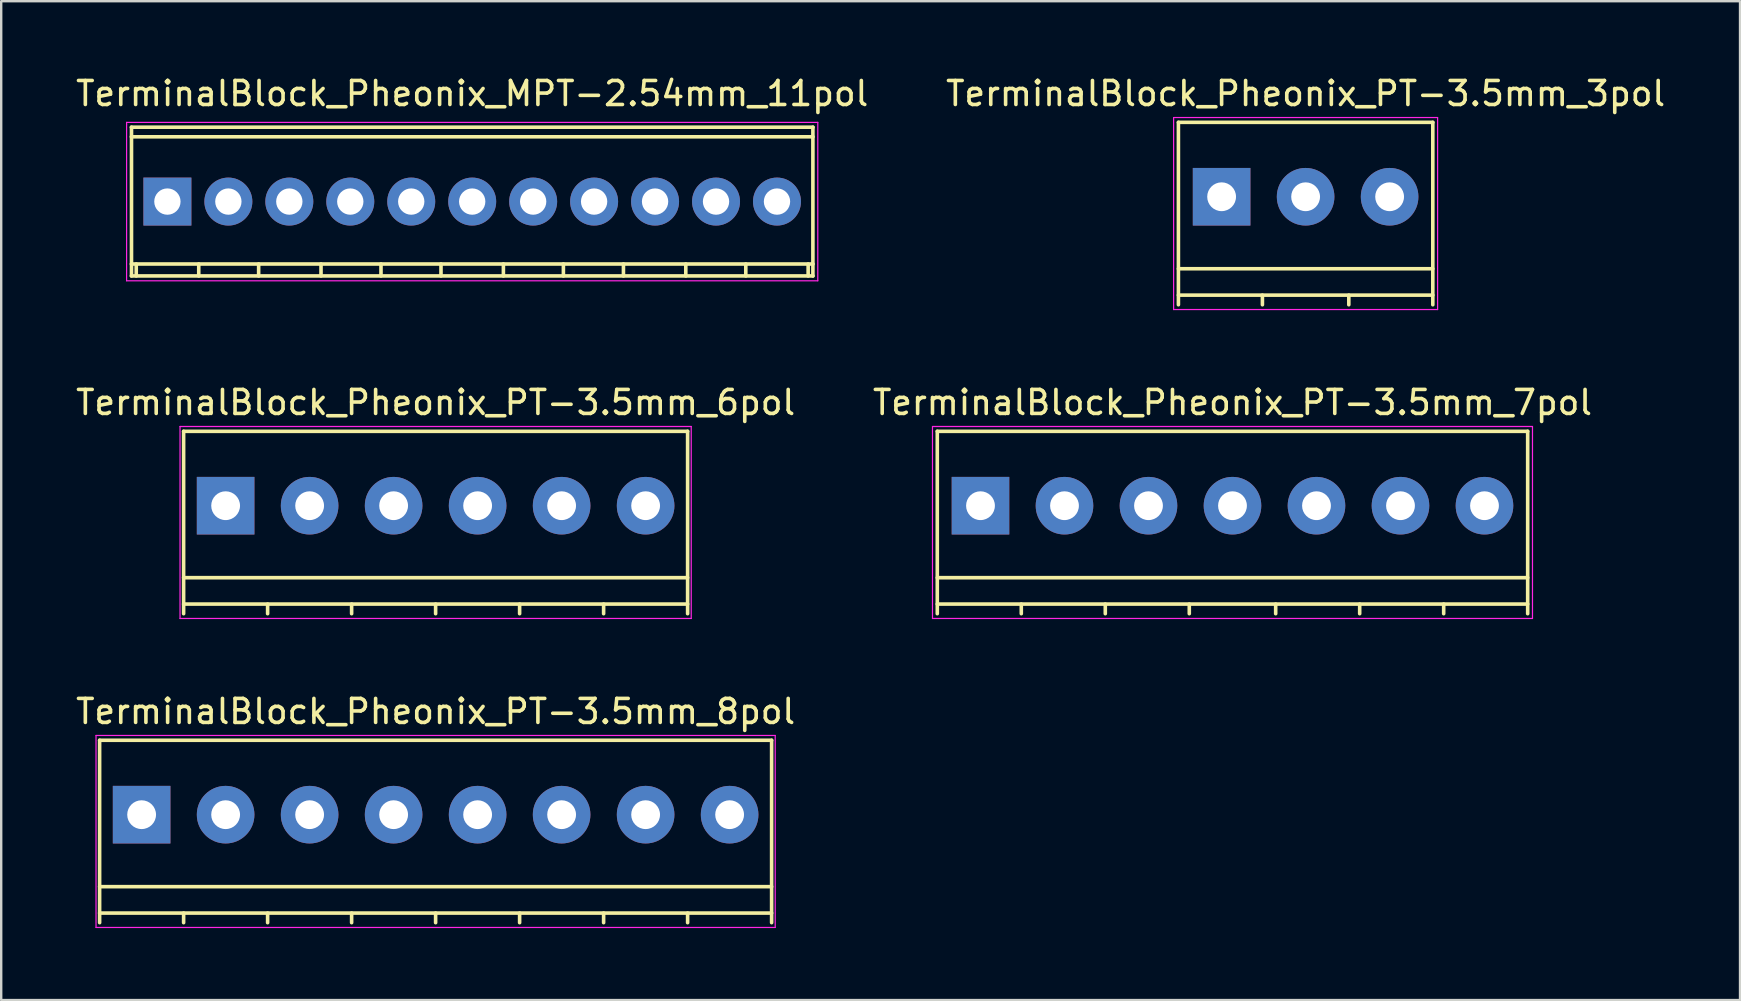
<source format=kicad_pcb>
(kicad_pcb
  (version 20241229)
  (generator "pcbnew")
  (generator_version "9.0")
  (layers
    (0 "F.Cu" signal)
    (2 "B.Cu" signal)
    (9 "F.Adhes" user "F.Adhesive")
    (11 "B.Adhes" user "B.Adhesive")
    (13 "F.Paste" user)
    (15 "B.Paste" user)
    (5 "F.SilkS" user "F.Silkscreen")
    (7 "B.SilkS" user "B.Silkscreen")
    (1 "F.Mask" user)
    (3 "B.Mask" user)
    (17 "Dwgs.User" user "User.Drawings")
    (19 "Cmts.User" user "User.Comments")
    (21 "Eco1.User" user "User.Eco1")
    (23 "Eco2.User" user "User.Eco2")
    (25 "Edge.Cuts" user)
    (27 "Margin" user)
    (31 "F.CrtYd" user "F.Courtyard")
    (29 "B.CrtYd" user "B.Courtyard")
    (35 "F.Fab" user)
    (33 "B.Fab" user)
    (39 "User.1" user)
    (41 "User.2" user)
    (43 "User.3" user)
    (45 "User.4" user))
  (footprint "TerminalBlock_Pheonix_MPT-2.54mm_11pol"
    (layer "F.Cu")
    (at 3.925 5.349)
    (property "Reference" "TerminalBlock_Pheonix_MPT-2.54mm_11pol" (at 12.7 -4.501 0) (layer "F.SilkS") (effects (font (size 1 1) (thickness 0.15))))
    (attr through_hole)
    (fp_line (start -1.501 -3.099) (end 26.901 -3.099) (stroke (width 0.15) (type solid)) (layer "F.SilkS"))
    (fp_line (start -1.501 3.099) (end 26.901 3.099) (stroke (width 0.15) (type solid)) (layer "F.SilkS"))
    (fp_line (start -1.496 -3.099) (end -1.496 3.099) (stroke (width 0.15) (type solid)) (layer "F.SilkS"))
    (fp_line (start -1.298 3.099) (end -1.298 2.601) (stroke (width 0.15) (type solid)) (layer "F.SilkS"))
    (fp_line (start 1.306 3.099) (end 1.306 2.601) (stroke (width 0.15) (type solid)) (layer "F.SilkS"))
    (fp_line (start 3.802 2.601) (end 3.802 3.099) (stroke (width 0.15) (type solid)) (layer "F.SilkS"))
    (fp_line (start 6.401 2.601) (end 6.401 3.099) (stroke (width 0.15) (type solid)) (layer "F.SilkS"))
    (fp_line (start 8.9 2.601) (end 8.9 3.099) (stroke (width 0.15) (type solid)) (layer "F.SilkS"))
    (fp_line (start 11.4 2.601) (end 11.4 3.099) (stroke (width 0.15) (type solid)) (layer "F.SilkS"))
    (fp_line (start 14 2.601) (end 14 3.099) (stroke (width 0.15) (type solid)) (layer "F.SilkS"))
    (fp_line (start 16.5 2.601) (end 16.5 3.099) (stroke (width 0.15) (type solid)) (layer "F.SilkS"))
    (fp_line (start 19.002 2.601) (end 19.002 3.099) (stroke (width 0.15) (type solid)) (layer "F.SilkS"))
    (fp_line (start 21.6 2.601) (end 21.6 3.099) (stroke (width 0.15) (type solid)) (layer "F.SilkS"))
    (fp_line (start 24.1 2.601) (end 24.1 3.099) (stroke (width 0.15) (type solid)) (layer "F.SilkS"))
    (fp_line (start 26.698 2.601) (end 26.698 3.099) (stroke (width 0.15) (type solid)) (layer "F.SilkS"))
    (fp_line (start 26.896 3.099) (end 26.896 -3.099) (stroke (width 0.15) (type solid)) (layer "F.SilkS"))
    (fp_line (start 26.901 -2.7) (end -1.501 -2.7) (stroke (width 0.15) (type solid)) (layer "F.SilkS"))
    (fp_line (start 26.901 2.601) (end -1.501 2.601) (stroke (width 0.15) (type solid)) (layer "F.SilkS"))
    (fp_line (start -1.7 -3.3) (end 27.1 -3.3) (stroke (width 0.05) (type solid)) (layer "F.CrtYd"))
    (fp_line (start -1.7 -3.2) (end -1.7 -3.3) (stroke (width 0.05) (type solid)) (layer "F.CrtYd"))
    (fp_line (start -1.7 3.3) (end -1.7 -3.2) (stroke (width 0.05) (type solid)) (layer "F.CrtYd"))
    (fp_line (start 27.1 -3.3) (end 27.1 3.3) (stroke (width 0.05) (type solid)) (layer "F.CrtYd"))
    (fp_line (start 27.1 3.3) (end -1.7 3.3) (stroke (width 0.05) (type solid)) (layer "F.CrtYd"))
    (pad "1" thru_hole rect (at 0 0 180) (size 1.999 1.999) (drill 1.097) (layers "*.Cu" "*.Mask"))
    (pad "2" thru_hole oval (at 2.54 0 180) (size 1.999 1.999) (drill 1.097) (layers "*.Cu" "*.Mask"))
    (pad "3" thru_hole oval (at 5.08 0 180) (size 1.999 1.999) (drill 1.097) (layers "*.Cu" "*.Mask"))
    (pad "4" thru_hole oval (at 7.62 0 180) (size 1.999 1.999) (drill 1.097) (layers "*.Cu" "*.Mask"))
    (pad "5" thru_hole oval (at 10.16 0 180) (size 1.999 1.999) (drill 1.097) (layers "*.Cu" "*.Mask"))
    (pad "6" thru_hole oval (at 12.7 0 180) (size 1.999 1.999) (drill 1.097) (layers "*.Cu" "*.Mask"))
    (pad "7" thru_hole oval (at 15.24 0 180) (size 1.999 1.999) (drill 1.097) (layers "*.Cu" "*.Mask"))
    (pad "8" thru_hole oval (at 17.78 0 180) (size 1.999 1.999) (drill 1.097) (layers "*.Cu" "*.Mask"))
    (pad "9" thru_hole oval (at 20.32 0 180) (size 1.999 1.999) (drill 1.097) (layers "*.Cu" "*.Mask"))
    (pad "10" thru_hole oval (at 22.86 0 180) (size 1.999 1.999) (drill 1.097) (layers "*.Cu" "*.Mask"))
    (pad "11" thru_hole oval (at 25.4 0 180) (size 1.999 1.999) (drill 1.097) (layers "*.Cu" "*.Mask")))
  (footprint "TerminalBlock_Pheonix_PT-3.5mm_7pol"
    (layer "F.Cu")
    (at 37.804 18.021)
    (property "Reference" "TerminalBlock_Pheonix_PT-3.5mm_7pol" (at 10.5 -4.3 0) (layer "F.SilkS") (effects (font (size 1 1) (thickness 0.15))))
    (attr through_hole)
    (fp_line (start -1.8 -3.1) (end -1.8 4.5) (stroke (width 0.15) (type solid)) (layer "F.SilkS"))
    (fp_line (start -1.8 3) (end 22.8 3) (stroke (width 0.15) (type solid)) (layer "F.SilkS"))
    (fp_line (start -1.8 4.1) (end 22.8 4.1) (stroke (width 0.15) (type solid)) (layer "F.SilkS"))
    (fp_line (start 1.7 4.1) (end 1.7 4.5) (stroke (width 0.15) (type solid)) (layer "F.SilkS"))
    (fp_line (start 5.2 4.1) (end 5.2 4.5) (stroke (width 0.15) (type solid)) (layer "F.SilkS"))
    (fp_line (start 8.7 4.1) (end 8.7 4.5) (stroke (width 0.15) (type solid)) (layer "F.SilkS"))
    (fp_line (start 12.3 4.1) (end 12.3 4.5) (stroke (width 0.15) (type solid)) (layer "F.SilkS"))
    (fp_line (start 15.8 4.1) (end 15.8 4.5) (stroke (width 0.15) (type solid)) (layer "F.SilkS"))
    (fp_line (start 19.3 4.1) (end 19.3 4.5) (stroke (width 0.15) (type solid)) (layer "F.SilkS"))
    (fp_line (start 22.8 -3.1) (end -1.8 -3.1) (stroke (width 0.15) (type solid)) (layer "F.SilkS"))
    (fp_line (start 22.8 4.5) (end 22.8 -3.1) (stroke (width 0.15) (type solid)) (layer "F.SilkS"))
    (fp_line (start -2 -3.3) (end 23 -3.3) (stroke (width 0.05) (type solid)) (layer "F.CrtYd"))
    (fp_line (start -2 4.7) (end -2 -3.3) (stroke (width 0.05) (type solid)) (layer "F.CrtYd"))
    (fp_line (start 23 -3.3) (end 23 4.7) (stroke (width 0.05) (type solid)) (layer "F.CrtYd"))
    (fp_line (start 23 4.7) (end -2 4.7) (stroke (width 0.05) (type solid)) (layer "F.CrtYd"))
    (pad "1" thru_hole rect (at 0 0) (size 2.4 2.4) (drill 1.2) (layers "*.Cu" "*.Mask"))
    (pad "2" thru_hole circle (at 3.5 0) (size 2.4 2.4) (drill 1.2) (layers "*.Cu" "*.Mask"))
    (pad "3" thru_hole circle (at 7 0) (size 2.4 2.4) (drill 1.2) (layers "*.Cu" "*.Mask"))
    (pad "4" thru_hole circle (at 10.5 0) (size 2.4 2.4) (drill 1.2) (layers "*.Cu" "*.Mask"))
    (pad "5" thru_hole circle (at 14 0) (size 2.4 2.4) (drill 1.2) (layers "*.Cu" "*.Mask"))
    (pad "6" thru_hole circle (at 17.5 0) (size 2.4 2.4) (drill 1.2) (layers "*.Cu" "*.Mask"))
    (pad "7" thru_hole circle (at 21 0) (size 2.4 2.4) (drill 1.2) (layers "*.Cu" "*.Mask")))
  (footprint "TerminalBlock_Pheonix_PT-3.5mm_8pol"
    (layer "F.Cu")
    (at 2.851 30.895)
    (property "Reference" "TerminalBlock_Pheonix_PT-3.5mm_8pol" (at 12.25 -4.3 0) (layer "F.SilkS") (effects (font (size 1 1) (thickness 0.15))))
    (attr through_hole)
    (fp_line (start -1.75 -3.1) (end -1.75 4.5) (stroke (width 0.15) (type solid)) (layer "F.SilkS"))
    (fp_line (start -1.75 3) (end 26.25 3) (stroke (width 0.15) (type solid)) (layer "F.SilkS"))
    (fp_line (start -1.75 4.1) (end 26.25 4.1) (stroke (width 0.15) (type solid)) (layer "F.SilkS"))
    (fp_line (start 1.75 4.1) (end 1.75 4.5) (stroke (width 0.15) (type solid)) (layer "F.SilkS"))
    (fp_line (start 5.25 4.1) (end 5.25 4.5) (stroke (width 0.15) (type solid)) (layer "F.SilkS"))
    (fp_line (start 8.75 4.1) (end 8.75 4.5) (stroke (width 0.15) (type solid)) (layer "F.SilkS"))
    (fp_line (start 12.25 4.1) (end 12.25 4.5) (stroke (width 0.15) (type solid)) (layer "F.SilkS"))
    (fp_line (start 15.75 4.1) (end 15.75 4.5) (stroke (width 0.15) (type solid)) (layer "F.SilkS"))
    (fp_line (start 19.25 4.1) (end 19.25 4.5) (stroke (width 0.15) (type solid)) (layer "F.SilkS"))
    (fp_line (start 22.75 4.1) (end 22.75 4.5) (stroke (width 0.15) (type solid)) (layer "F.SilkS"))
    (fp_line (start 26.25 -3.1) (end -1.75 -3.1) (stroke (width 0.15) (type solid)) (layer "F.SilkS"))
    (fp_line (start 26.25 4.5) (end 26.25 -3.1) (stroke (width 0.15) (type solid)) (layer "F.SilkS"))
    (fp_line (start -1.9 -3.3) (end 26.4 -3.3) (stroke (width 0.05) (type solid)) (layer "F.CrtYd"))
    (fp_line (start -1.9 4.7) (end -1.9 -3.3) (stroke (width 0.05) (type solid)) (layer "F.CrtYd"))
    (fp_line (start 26.4 -3.3) (end 26.4 4.7) (stroke (width 0.05) (type solid)) (layer "F.CrtYd"))
    (fp_line (start 26.4 4.7) (end -1.9 4.7) (stroke (width 0.05) (type solid)) (layer "F.CrtYd"))
    (pad "1" thru_hole rect (at 0 0) (size 2.4 2.4) (drill 1.2) (layers "*.Cu" "*.Mask"))
    (pad "2" thru_hole circle (at 3.5 0) (size 2.4 2.4) (drill 1.2) (layers "*.Cu" "*.Mask"))
    (pad "3" thru_hole circle (at 7 0) (size 2.4 2.4) (drill 1.2) (layers "*.Cu" "*.Mask"))
    (pad "4" thru_hole circle (at 10.5 0) (size 2.4 2.4) (drill 1.2) (layers "*.Cu" "*.Mask"))
    (pad "5" thru_hole circle (at 14 0) (size 2.4 2.4) (drill 1.2) (layers "*.Cu" "*.Mask"))
    (pad "6" thru_hole circle (at 17.5 0) (size 2.4 2.4) (drill 1.2) (layers "*.Cu" "*.Mask"))
    (pad "7" thru_hole circle (at 21 0) (size 2.4 2.4) (drill 1.2) (layers "*.Cu" "*.Mask"))
    (pad "8" thru_hole circle (at 24.5 0) (size 2.4 2.4) (drill 1.2) (layers "*.Cu" "*.Mask")))
  (footprint "TerminalBlock_Pheonix_PT-3.5mm_6pol"
    (layer "F.Cu")
    (at 6.351 18.021)
    (property "Reference" "TerminalBlock_Pheonix_PT-3.5mm_6pol" (at 8.75 -4.3 0) (layer "F.SilkS") (effects (font (size 1 1) (thickness 0.15))))
    (attr through_hole)
    (fp_line (start -1.75 -3.1) (end -1.75 4.5) (stroke (width 0.15) (type solid)) (layer "F.SilkS"))
    (fp_line (start -1.75 3) (end 19.25 3) (stroke (width 0.15) (type solid)) (layer "F.SilkS"))
    (fp_line (start -1.75 4.1) (end 19.25 4.1) (stroke (width 0.15) (type solid)) (layer "F.SilkS"))
    (fp_line (start 1.75 4.1) (end 1.75 4.5) (stroke (width 0.15) (type solid)) (layer "F.SilkS"))
    (fp_line (start 5.25 4.1) (end 5.25 4.5) (stroke (width 0.15) (type solid)) (layer "F.SilkS"))
    (fp_line (start 8.75 4.1) (end 8.75 4.5) (stroke (width 0.15) (type solid)) (layer "F.SilkS"))
    (fp_line (start 12.25 4.1) (end 12.25 4.5) (stroke (width 0.15) (type solid)) (layer "F.SilkS"))
    (fp_line (start 15.75 4.1) (end 15.75 4.5) (stroke (width 0.15) (type solid)) (layer "F.SilkS"))
    (fp_line (start 19.25 -3.1) (end -1.75 -3.1) (stroke (width 0.15) (type solid)) (layer "F.SilkS"))
    (fp_line (start 19.25 4.5) (end 19.25 -3.1) (stroke (width 0.15) (type solid)) (layer "F.SilkS"))
    (fp_line (start -1.9 -3.3) (end 19.4 -3.3) (stroke (width 0.05) (type solid)) (layer "F.CrtYd"))
    (fp_line (start -1.9 4.7) (end -1.9 -3.3) (stroke (width 0.05) (type solid)) (layer "F.CrtYd"))
    (fp_line (start 19.4 -3.3) (end 19.4 4.7) (stroke (width 0.05) (type solid)) (layer "F.CrtYd"))
    (fp_line (start 19.4 4.7) (end -1.9 4.7) (stroke (width 0.05) (type solid)) (layer "F.CrtYd"))
    (pad "1" thru_hole rect (at 0 0) (size 2.4 2.4) (drill 1.2) (layers "*.Cu" "*.Mask"))
    (pad "2" thru_hole circle (at 3.5 0) (size 2.4 2.4) (drill 1.2) (layers "*.Cu" "*.Mask"))
    (pad "3" thru_hole circle (at 7 0) (size 2.4 2.4) (drill 1.2) (layers "*.Cu" "*.Mask"))
    (pad "4" thru_hole circle (at 10.5 0) (size 2.4 2.4) (drill 1.2) (layers "*.Cu" "*.Mask"))
    (pad "5" thru_hole circle (at 14 0) (size 2.4 2.4) (drill 1.2) (layers "*.Cu" "*.Mask"))
    (pad "6" thru_hole circle (at 17.5 0) (size 2.4 2.4) (drill 1.2) (layers "*.Cu" "*.Mask")))
  (footprint "TerminalBlock_Pheonix_PT-3.5mm_3pol"
    (layer "F.Cu")
    (at 47.851 5.148)
    (property "Reference" "TerminalBlock_Pheonix_PT-3.5mm_3pol" (at 3.5 -4.3 0) (layer "F.SilkS") (effects (font (size 1 1) (thickness 0.15))))
    (attr through_hole)
    (fp_line (start -1.8 -3.1) (end -1.8 4.5) (stroke (width 0.15) (type solid)) (layer "F.SilkS"))
    (fp_line (start -1.8 3) (end 8.8 3) (stroke (width 0.15) (type solid)) (layer "F.SilkS"))
    (fp_line (start -1.8 4.1) (end 8.8 4.1) (stroke (width 0.15) (type solid)) (layer "F.SilkS"))
    (fp_line (start 1.7 4.1) (end 1.7 4.5) (stroke (width 0.15) (type solid)) (layer "F.SilkS"))
    (fp_line (start 5.3 4.1) (end 5.3 4.5) (stroke (width 0.15) (type solid)) (layer "F.SilkS"))
    (fp_line (start 8.8 -3.1) (end -1.8 -3.1) (stroke (width 0.15) (type solid)) (layer "F.SilkS"))
    (fp_line (start 8.8 4.5) (end 8.8 -3.1) (stroke (width 0.15) (type solid)) (layer "F.SilkS"))
    (fp_line (start -2 -3.3) (end 9 -3.3) (stroke (width 0.05) (type solid)) (layer "F.CrtYd"))
    (fp_line (start -2 4.7) (end -2 -3.3) (stroke (width 0.05) (type solid)) (layer "F.CrtYd"))
    (fp_line (start 9 -3.3) (end 9 4.7) (stroke (width 0.05) (type solid)) (layer "F.CrtYd"))
    (fp_line (start 9 4.7) (end -2 4.7) (stroke (width 0.05) (type solid)) (layer "F.CrtYd"))
    (pad "1" thru_hole rect (at 0 0) (size 2.4 2.4) (drill 1.2) (layers "*.Cu" "*.Mask"))
    (pad "2" thru_hole circle (at 3.5 0) (size 2.4 2.4) (drill 1.2) (layers "*.Cu" "*.Mask"))
    (pad "3" thru_hole circle (at 7 0) (size 2.4 2.4) (drill 1.2) (layers "*.Cu" "*.Mask")))
  (gr_rect
    (start -3 -3)
    (end 69.452 38.62)
    (stroke (width 0.1) (type default))
    (fill no)
    (layer "Edge.Cuts")))
</source>
